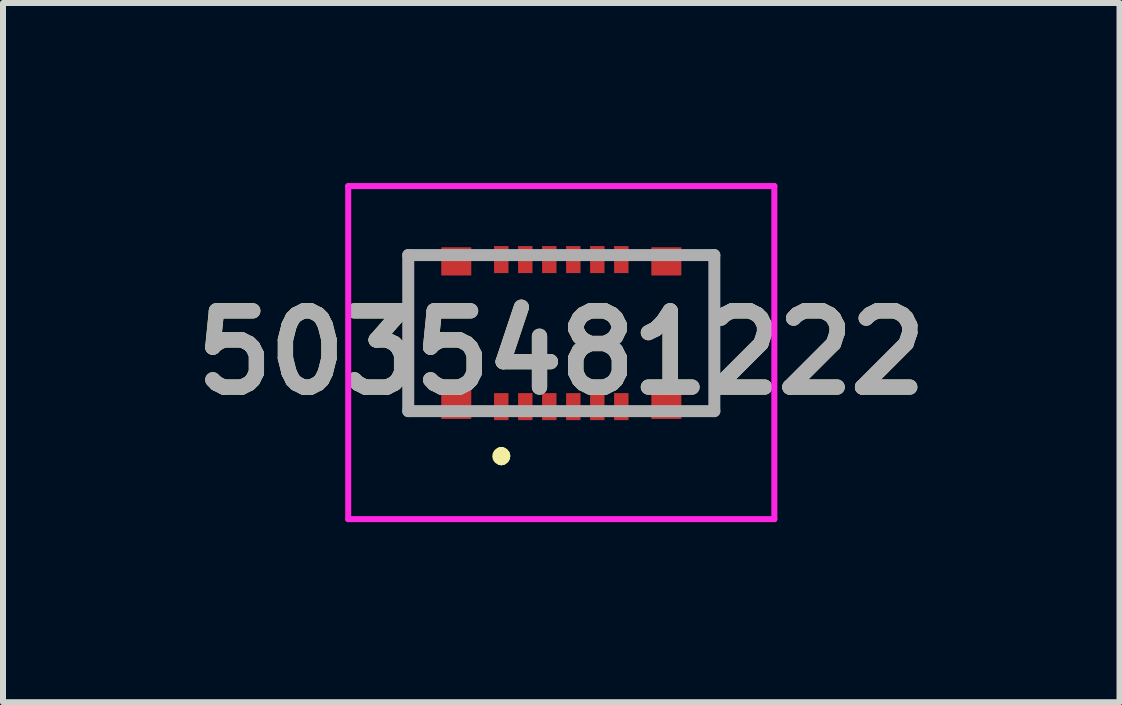
<source format=kicad_pcb>
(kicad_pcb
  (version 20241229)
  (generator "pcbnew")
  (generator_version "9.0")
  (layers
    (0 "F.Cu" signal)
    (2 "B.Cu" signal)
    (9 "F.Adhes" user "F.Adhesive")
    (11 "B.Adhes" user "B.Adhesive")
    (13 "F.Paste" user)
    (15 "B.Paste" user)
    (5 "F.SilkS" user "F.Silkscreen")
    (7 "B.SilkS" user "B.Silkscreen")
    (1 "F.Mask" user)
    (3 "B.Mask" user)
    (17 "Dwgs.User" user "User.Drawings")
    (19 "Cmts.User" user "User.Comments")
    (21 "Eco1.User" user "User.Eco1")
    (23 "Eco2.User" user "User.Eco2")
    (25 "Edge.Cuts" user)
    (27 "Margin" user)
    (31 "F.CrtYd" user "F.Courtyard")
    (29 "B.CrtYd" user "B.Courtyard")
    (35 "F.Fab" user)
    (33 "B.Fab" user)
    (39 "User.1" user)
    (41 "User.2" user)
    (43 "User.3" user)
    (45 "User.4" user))
  (footprint "5035481222"
    (layer "F.Cu")
    (at 6.302 2.5)
    (property "Reference" "5035481222" (at 0 0.325 0) (layer "F.SilkS") (effects (font (size 1.27 1.27) (thickness 0.254))))
    (attr smd)
    (fp_line (start -2.55 -1.3) (end -2.55 1.3) (stroke (width 0.1) (type solid)) (layer "F.SilkS"))
    (fp_line (start -1 2) (end -1 2) (stroke (width 0.2) (type solid)) (layer "F.SilkS"))
    (fp_line (start -1 2.1) (end -1 2.1) (stroke (width 0.2) (type solid)) (layer "F.SilkS"))
    (fp_line (start -1 2.1) (end -1 2.1) (stroke (width 0.2) (type solid)) (layer "F.SilkS"))
    (fp_line (start 2.55 -1.3) (end 2.55 1.3) (stroke (width 0.1) (type solid)) (layer "F.SilkS"))
    (fp_arc (start -1 2) (mid -0.95 2.05) (end -1 2.1) (stroke (width 0.2) (type solid)) (layer "F.SilkS"))
    (fp_arc (start -1 2) (mid -0.95 2.05) (end -1 2.1) (stroke (width 0.2) (type solid)) (layer "F.SilkS"))
    (fp_arc (start -1 2.1) (mid -1.05 2.05) (end -1 2) (stroke (width 0.2) (type solid)) (layer "F.SilkS"))
    (fp_line (start -3.55 -2.45) (end 3.55 -2.45) (stroke (width 0.1) (type solid)) (layer "F.CrtYd"))
    (fp_line (start -3.55 3.1) (end -3.55 -2.45) (stroke (width 0.1) (type solid)) (layer "F.CrtYd"))
    (fp_line (start 3.55 -2.45) (end 3.55 3.1) (stroke (width 0.1) (type solid)) (layer "F.CrtYd"))
    (fp_line (start 3.55 3.1) (end -3.55 3.1) (stroke (width 0.1) (type solid)) (layer "F.CrtYd"))
    (fp_line (start -2.55 -1.3) (end 2.55 -1.3) (stroke (width 0.2) (type solid)) (layer "F.Fab"))
    (fp_line (start -2.55 1.3) (end -2.55 -1.3) (stroke (width 0.2) (type solid)) (layer "F.Fab"))
    (fp_line (start 2.55 -1.3) (end 2.55 1.3) (stroke (width 0.2) (type solid)) (layer "F.Fab"))
    (fp_line (start 2.55 1.3) (end -2.55 1.3) (stroke (width 0.2) (type solid)) (layer "F.Fab"))
    (fp_text user "${REFERENCE}" (at 0 0.325 0) (layer "F.Fab") (effects (font (size 1.27 1.27) (thickness 0.254))))
    (pad "1" smd rect (at -1 1.225) (size 0.24 0.45) (layers "F.Cu" "F.Mask" "F.Paste"))
    (pad "2" smd rect (at -1 -1.225) (size 0.24 0.45) (layers "F.Cu" "F.Mask" "F.Paste"))
    (pad "3" smd rect (at -0.6 1.225) (size 0.24 0.45) (layers "F.Cu" "F.Mask" "F.Paste"))
    (pad "4" smd rect (at -0.6 -1.225) (size 0.24 0.45) (layers "F.Cu" "F.Mask" "F.Paste"))
    (pad "5" smd rect (at -0.2 1.225) (size 0.24 0.45) (layers "F.Cu" "F.Mask" "F.Paste"))
    (pad "6" smd rect (at -0.2 -1.225) (size 0.24 0.45) (layers "F.Cu" "F.Mask" "F.Paste"))
    (pad "7" smd rect (at 0.2 1.225) (size 0.24 0.45) (layers "F.Cu" "F.Mask" "F.Paste"))
    (pad "8" smd rect (at 0.2 -1.225) (size 0.24 0.45) (layers "F.Cu" "F.Mask" "F.Paste"))
    (pad "9" smd rect (at 0.6 1.225) (size 0.24 0.45) (layers "F.Cu" "F.Mask" "F.Paste"))
    (pad "10" smd rect (at 0.6 -1.225) (size 0.24 0.45) (layers "F.Cu" "F.Mask" "F.Paste"))
    (pad "11" smd rect (at 1 1.225) (size 0.24 0.45) (layers "F.Cu" "F.Mask" "F.Paste"))
    (pad "12" smd rect (at 1 -1.225) (size 0.24 0.45) (layers "F.Cu" "F.Mask" "F.Paste"))
    (pad "MP1" smd rect (at -1.75 1.195 90) (size 0.47 0.5) (layers "F.Cu" "F.Mask" "F.Paste"))
    (pad "MP2" smd rect (at -1.75 -1.195 90) (size 0.47 0.5) (layers "F.Cu" "F.Mask" "F.Paste"))
    (pad "MP3" smd rect (at 1.75 -1.195 90) (size 0.47 0.5) (layers "F.Cu" "F.Mask" "F.Paste"))
    (pad "MP4" smd rect (at 1.75 1.195 90) (size 0.47 0.5) (layers "F.Cu" "F.Mask" "F.Paste")))
  (gr_rect
    (start -3 -3)
    (end 15.603 8.65)
    (stroke (width 0.1) (type default))
    (fill no)
    (layer "Edge.Cuts")))
</source>
